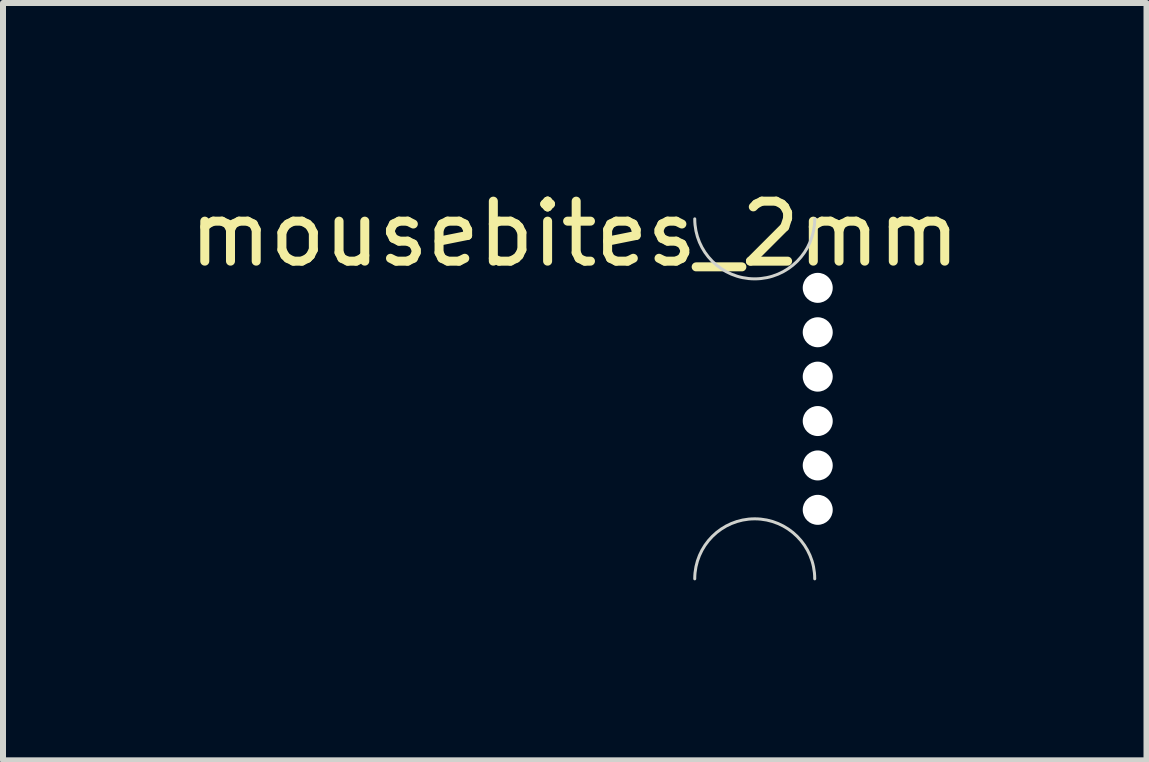
<source format=kicad_pcb>
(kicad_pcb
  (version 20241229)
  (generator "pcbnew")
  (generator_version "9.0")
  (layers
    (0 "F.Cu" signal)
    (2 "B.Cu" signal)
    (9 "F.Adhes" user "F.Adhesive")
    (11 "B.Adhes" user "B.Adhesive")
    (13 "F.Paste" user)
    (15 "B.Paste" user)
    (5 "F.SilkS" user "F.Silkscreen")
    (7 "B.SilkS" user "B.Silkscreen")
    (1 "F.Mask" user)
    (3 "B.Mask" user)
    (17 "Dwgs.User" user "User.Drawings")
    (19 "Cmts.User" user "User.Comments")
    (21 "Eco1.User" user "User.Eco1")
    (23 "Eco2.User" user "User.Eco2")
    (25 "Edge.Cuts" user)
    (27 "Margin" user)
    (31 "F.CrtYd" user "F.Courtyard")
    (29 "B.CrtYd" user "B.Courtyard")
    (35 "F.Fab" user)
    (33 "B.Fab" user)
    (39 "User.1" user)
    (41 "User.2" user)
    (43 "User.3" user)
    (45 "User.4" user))
  (footprint "mousebites_2mm"
    (layer "F.Cu")
    (at 10.53 3.598)
    (property "Reference" "mousebites_2mm" (at -4 -2.75 0) (layer "F.SilkS") (effects (font (size 1 1) (thickness 0.15))))
    (attr exclude_from_pos_files exclude_from_bom)
    (fp_arc (start -2 3) (mid -1 2) (end 0 3) (stroke (width 0.05) (type solid)) (layer "Edge.Cuts"))
    (fp_arc (start 0 -3) (mid -1 -2) (end -2 -3) (stroke (width 0.05) (type solid)) (layer "Edge.Cuts"))
    (pad "" np_thru_hole circle (at 0.05 -1.85) (size 0.5 0.5) (drill 0.5) (layers "*.Cu" "*.Mask"))
    (pad "" np_thru_hole circle (at 0.05 -1.11) (size 0.5 0.5) (drill 0.5) (layers "*.Cu" "*.Mask"))
    (pad "" np_thru_hole circle (at 0.05 -0.37) (size 0.5 0.5) (drill 0.5) (layers "*.Cu" "*.Mask"))
    (pad "" np_thru_hole circle (at 0.05 0.37) (size 0.5 0.5) (drill 0.5) (layers "*.Cu" "*.Mask"))
    (pad "" np_thru_hole circle (at 0.05 1.11) (size 0.5 0.5) (drill 0.5) (layers "*.Cu" "*.Mask"))
    (pad "" np_thru_hole circle (at 0.05 1.85) (size 0.5 0.5) (drill 0.5) (layers "*.Cu" "*.Mask")))
  (gr_rect
    (start -3 -3)
    (end 16.06 9.623)
    (stroke (width 0.1) (type default))
    (fill no)
    (layer "Edge.Cuts")))
</source>
